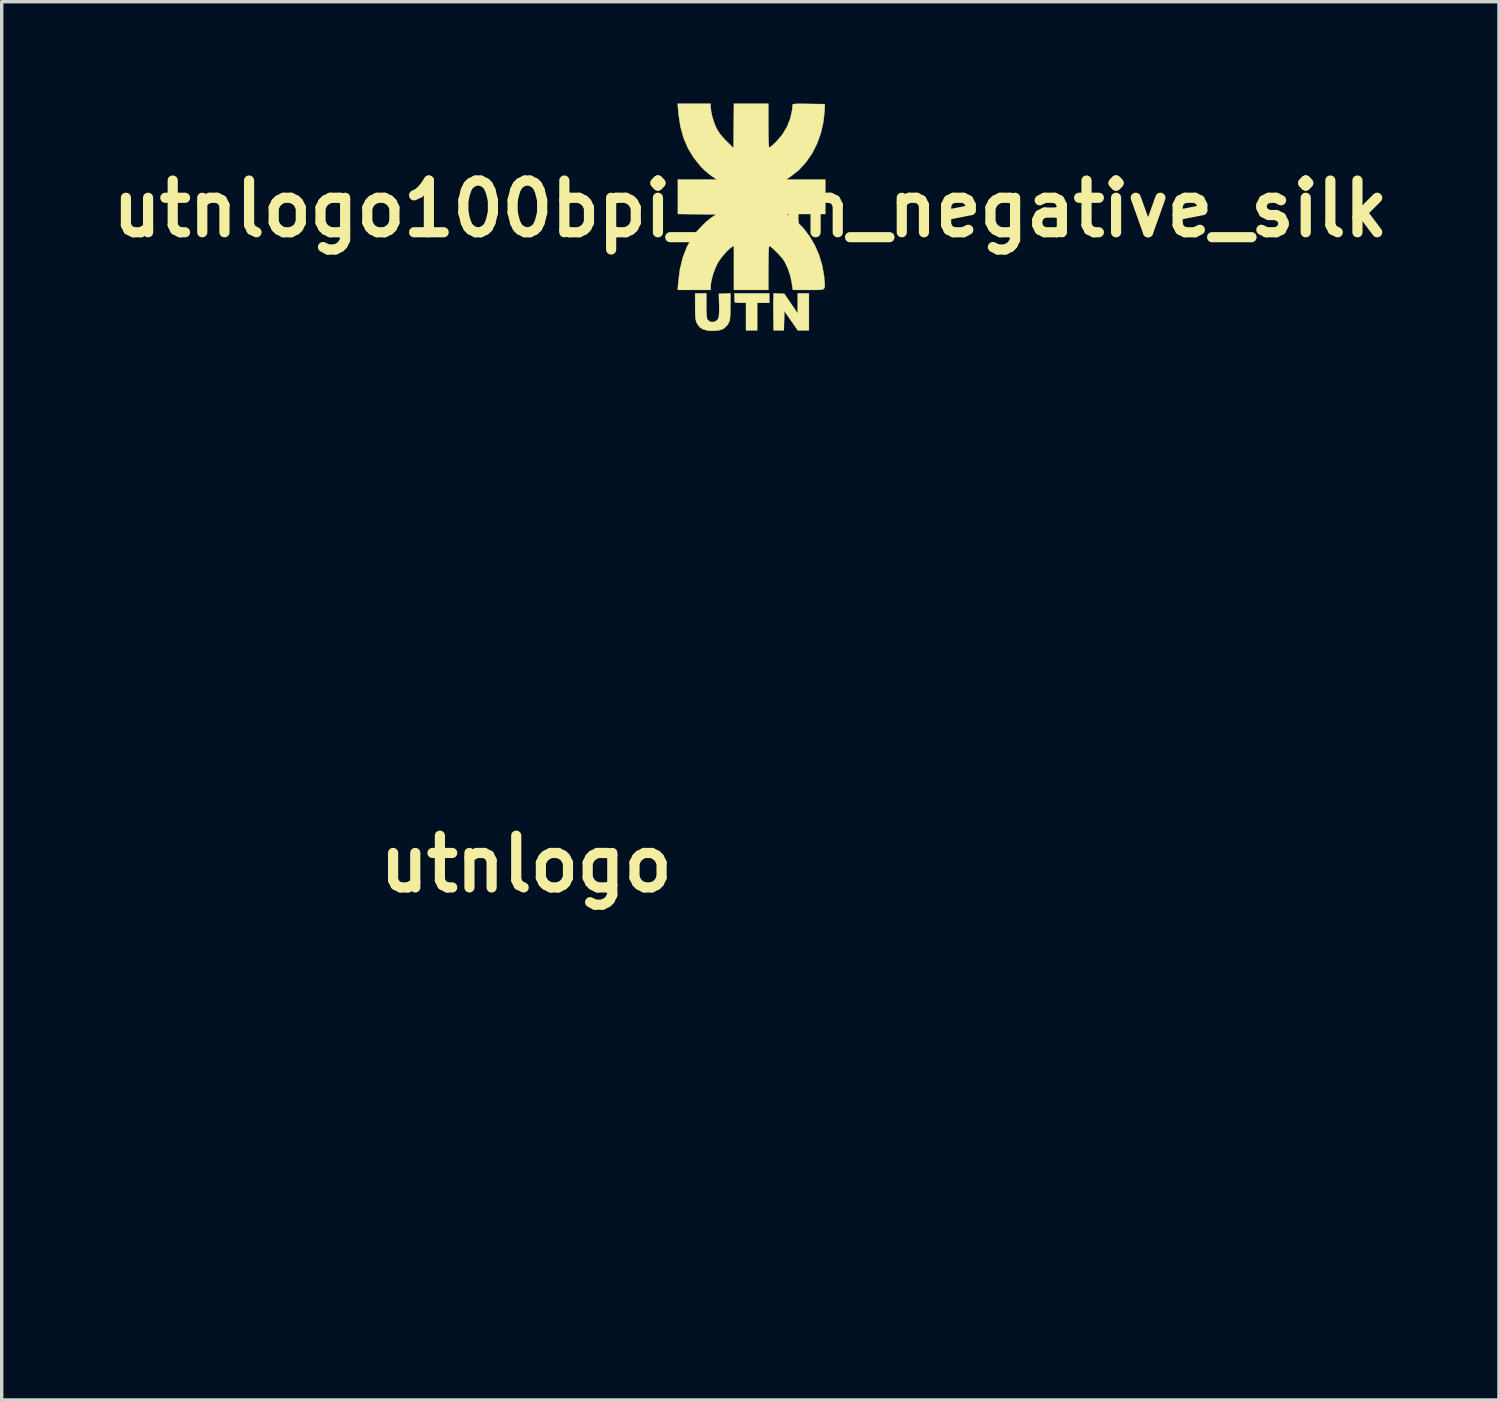
<source format=kicad_pcb>
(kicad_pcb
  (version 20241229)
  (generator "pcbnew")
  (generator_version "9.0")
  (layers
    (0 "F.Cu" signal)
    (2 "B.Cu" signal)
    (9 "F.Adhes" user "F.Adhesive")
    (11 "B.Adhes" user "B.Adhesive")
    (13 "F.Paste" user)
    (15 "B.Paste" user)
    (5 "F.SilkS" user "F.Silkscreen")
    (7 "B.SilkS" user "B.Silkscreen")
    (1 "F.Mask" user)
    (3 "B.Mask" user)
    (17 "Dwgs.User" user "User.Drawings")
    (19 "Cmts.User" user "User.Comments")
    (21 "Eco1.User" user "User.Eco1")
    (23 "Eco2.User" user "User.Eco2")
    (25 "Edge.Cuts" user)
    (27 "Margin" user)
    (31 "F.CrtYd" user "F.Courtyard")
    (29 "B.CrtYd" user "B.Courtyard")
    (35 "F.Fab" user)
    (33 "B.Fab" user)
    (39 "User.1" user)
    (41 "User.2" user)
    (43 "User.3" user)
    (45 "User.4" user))
  (footprint "utnlogo"
    (layer "F.Cu")
    (at 12.451 22.408)
    (property "Reference" "utnlogo" (at 0 0 0) (layer "F.SilkS") (effects (font (size 1.524 1.524) (thickness 0.3))))
    (attr through_hole)
    (fp_poly (pts (xy 12.446 12.785) (xy -12.446 12.785) (xy -12.446 8.297) (xy -5.419 8.297) (xy -5.419 9.583) (xy -5.408 10.22) (xy -5.371 10.713) (xy -5.303 11.087) (xy -5.196 11.366) (xy -5.043 11.575) (xy -4.854 11.728) (xy -4.527 11.869) (xy -4.098 11.955) (xy -3.627 11.982) (xy -3.174 11.949) (xy -2.799 11.852) (xy -2.723 11.817) (xy -2.363 11.549) (xy -2.106 11.193) (xy -2.03 11) (xy -2 10.81) (xy -1.975 10.492) (xy -1.957 10.085) (xy -1.948 9.63) (xy -1.947 9.501) (xy -1.947 8.297) (xy -1.609 8.297) (xy -1.609 9.229) (xy -0.423 9.229) (xy -0.423 11.938) (xy 0.677 11.938) (xy 0.677 10.717) (xy 2.212 10.717) (xy 2.215 11.141) (xy 2.222 11.496) (xy 2.234 11.751) (xy 2.252 11.873) (xy 2.255 11.878) (xy 2.366 11.911) (xy 2.591 11.932) (xy 2.805 11.938) (xy 3.296 11.938) (xy 3.32 10.986) (xy 3.344 10.033) (xy 4.667 11.938) (xy 5.757 11.938) (xy 5.757 8.297) (xy 4.657 8.297) (xy 4.657 10.28) (xy 4 9.31) (xy 3.344 8.34) (xy 2.824 8.315) (xy 2.304 8.29) (xy 2.266 8.696) (xy 2.246 8.98) (xy 2.231 9.357) (xy 2.22 9.793) (xy 2.214 10.257) (xy 2.212 10.717) (xy 0.677 10.717) (xy 0.677 9.229) (xy 1.863 9.229) (xy 1.863 8.297) (xy -1.609 8.297) (xy -1.947 8.297) (xy -1.947 8.29) (xy -3.09 8.34) (xy -3.111 9.483) (xy -3.122 9.921) (xy -3.136 10.31) (xy -3.153 10.612) (xy -3.171 10.791) (xy -3.174 10.808) (xy -3.291 10.977) (xy -3.51 11.091) (xy -3.77 11.125) (xy -3.935 11.092) (xy -4.077 11.019) (xy -4.179 10.905) (xy -4.248 10.726) (xy -4.291 10.456) (xy -4.312 10.071) (xy -4.318 9.544) (xy -4.318 9.488) (xy -4.318 8.297) (xy -5.419 8.297) (xy -12.446 8.297) (xy -12.446 -10.329) (xy -7.136 -10.329) (xy -7.078 -9.546) (xy -6.914 -8.288) (xy -6.617 -7.132) (xy -6.184 -6.069) (xy -5.612 -5.094) (xy -4.898 -4.2) (xy -4.871 -4.17) (xy -4.555 -3.853) (xy -4.205 -3.539) (xy -3.884 -3.283) (xy -3.797 -3.222) (xy -3.283 -2.879) (xy -7.112 -2.879) (xy -7.112 0.508) (xy -3.353 0.508) (xy -3.857 0.88) (xy -4.722 1.618) (xy -5.453 2.458) (xy -6.051 3.401) (xy -6.516 4.448) (xy -6.848 5.6) (xy -7.049 6.857) (xy -7.079 7.195) (xy -7.136 7.959) (xy -3.895 7.959) (xy -3.895 7.634) (xy -3.855 7.236) (xy -3.748 6.748) (xy -3.589 6.223) (xy -3.395 5.717) (xy -3.248 5.407) (xy -3.037 5.063) (xy -2.76 4.689) (xy -2.451 4.325) (xy -2.145 4.011) (xy -1.877 3.786) (xy -1.785 3.729) (xy -1.609 3.635) (xy -1.609 7.959) (xy 1.778 7.959) (xy 1.778 5.8) (xy 1.781 5.118) (xy 1.79 4.55) (xy 1.805 4.109) (xy 1.824 3.807) (xy 1.848 3.656) (xy 1.86 3.641) (xy 1.982 3.701) (xy 2.182 3.864) (xy 2.431 4.098) (xy 2.701 4.375) (xy 2.962 4.665) (xy 3.186 4.938) (xy 3.338 5.154) (xy 3.616 5.7) (xy 3.856 6.337) (xy 4.033 6.988) (xy 4.107 7.429) (xy 4.165 7.959) (xy 5.718 7.959) (xy 6.213 7.955) (xy 6.647 7.946) (xy 6.992 7.932) (xy 7.222 7.915) (xy 7.308 7.895) (xy 7.326 7.764) (xy 7.32 7.503) (xy 7.294 7.147) (xy 7.252 6.735) (xy 7.197 6.301) (xy 7.135 5.884) (xy 7.069 5.518) (xy 7.02 5.301) (xy 6.673 4.274) (xy 6.184 3.287) (xy 5.572 2.367) (xy 4.857 1.543) (xy 4.058 0.841) (xy 3.808 0.661) (xy 3.748 0.614) (xy 3.733 0.579) (xy 3.781 0.553) (xy 3.912 0.535) (xy 4.142 0.524) (xy 4.49 0.517) (xy 4.975 0.514) (xy 5.482 0.512) (xy 7.366 0.508) (xy 7.366 -2.879) (xy 3.516 -2.879) (xy 3.98 -3.189) (xy 4.27 -3.406) (xy 4.607 -3.69) (xy 4.925 -3.987) (xy 4.965 -4.028) (xy 5.71 -4.901) (xy 6.314 -5.868) (xy 6.777 -6.927) (xy 7.097 -8.073) (xy 7.273 -9.304) (xy 7.3 -9.737) (xy 7.324 -10.287) (xy 4.161 -10.333) (xy 4.106 -9.844) (xy 3.924 -8.896) (xy 3.598 -8.037) (xy 3.127 -7.261) (xy 2.573 -6.625) (xy 2.306 -6.369) (xy 2.078 -6.166) (xy 1.919 -6.04) (xy 1.864 -6.011) (xy 1.835 -6.095) (xy 1.811 -6.345) (xy 1.793 -6.756) (xy 1.782 -7.325) (xy 1.778 -8.049) (xy 1.778 -8.17) (xy 1.778 -10.329) (xy -1.606 -10.329) (xy -1.651 -5.969) (xy -2.331 -6.646) (xy -2.743 -7.089) (xy -3.079 -7.516) (xy -3.286 -7.847) (xy -3.473 -8.266) (xy -3.644 -8.754) (xy -3.782 -9.254) (xy -3.87 -9.71) (xy -3.895 -10.004) (xy -3.895 -10.329) (xy -7.136 -10.329) (xy -12.446 -10.329) (xy -12.446 -12.7) (xy 12.446 -12.7) (xy 12.446 12.785)) (stroke (width 0.01) (type solid)) (fill no) (layer "Eco2.User")))
  (footprint "utnlogo100bpi_non_negative_silk"
    (layer "F.Cu")
    (at 19.057 3.104)
    (property "Reference" "utnlogo100bpi_non_negative_silk" (at 0 0 0) (layer "F.SilkS") (effects (font (size 1.524 1.524) (thickness 0.3))))
    (attr through_hole)
    (fp_poly (pts (xy 0.559 2.489) (xy 0.559 2.769) (xy 0.203 2.769) (xy 0.203 3.581) (xy -0.127 3.581) (xy -0.127 2.769) (xy -0.292 2.769) (xy -0.376 2.766) (xy -0.437 2.759) (xy -0.459 2.75) (xy -0.461 2.715) (xy -0.464 2.648) (xy -0.465 2.61) (xy -0.47 2.489) (xy 0.559 2.489)) (stroke (width 0.01) (type solid)) (fill yes) (layer "F.SilkS"))
    (fp_poly (pts (xy 0.845 2.494) (xy 1.001 2.502) (xy 1.199 2.792) (xy 1.397 3.082) (xy 1.397 2.489) (xy 1.727 2.489) (xy 1.727 3.581) (xy 1.4 3.581) (xy 1.003 3.01) (xy 0.989 3.581) (xy 0.688 3.581) (xy 0.681 3.207) (xy 0.678 3.056) (xy 0.678 2.908) (xy 0.678 2.776) (xy 0.68 2.676) (xy 0.681 2.659) (xy 0.688 2.487) (xy 0.845 2.494)) (stroke (width 0.01) (type solid)) (fill yes) (layer "F.SilkS"))
    (fp_poly (pts (xy -0.584 2.85) (xy -0.586 2.989) (xy -0.591 3.116) (xy -0.598 3.22) (xy -0.606 3.289) (xy -0.609 3.3) (xy -0.666 3.414) (xy -0.761 3.51) (xy -0.817 3.545) (xy -0.905 3.574) (xy -1.024 3.591) (xy -1.153 3.594) (xy -1.273 3.582) (xy -1.403 3.545) (xy -1.496 3.482) (xy -1.565 3.384) (xy -1.574 3.368) (xy -1.594 3.32) (xy -1.608 3.268) (xy -1.618 3.201) (xy -1.623 3.111) (xy -1.625 2.986) (xy -1.626 2.875) (xy -1.626 2.489) (xy -1.295 2.489) (xy -1.295 2.846) (xy -1.294 2.986) (xy -1.288 3.107) (xy -1.28 3.198) (xy -1.27 3.25) (xy -1.268 3.254) (xy -1.212 3.312) (xy -1.136 3.336) (xy -1.054 3.327) (xy -0.982 3.285) (xy -0.94 3.226) (xy -0.925 3.156) (xy -0.917 3.039) (xy -0.917 2.875) (xy -0.918 2.827) (xy -0.927 2.502) (xy -0.584 2.487) (xy -0.584 2.85)) (stroke (width 0.01) (type solid)) (fill yes) (layer "F.SilkS"))
    (fp_poly (pts (xy 0.533 -3.099) (xy 0.533 -2.451) (xy 0.534 -2.227) (xy 0.537 -2.049) (xy 0.542 -1.919) (xy 0.549 -1.837) (xy 0.558 -1.804) (xy 0.559 -1.803) (xy 0.587 -1.82) (xy 0.642 -1.866) (xy 0.715 -1.932) (xy 0.772 -1.988) (xy 0.943 -2.189) (xy 1.081 -2.418) (xy 1.179 -2.665) (xy 1.234 -2.919) (xy 1.244 -3.055) (xy 1.247 -3.071) (xy 1.262 -3.082) (xy 1.294 -3.09) (xy 1.351 -3.094) (xy 1.439 -3.096) (xy 1.565 -3.095) (xy 1.721 -3.093) (xy 2.197 -3.086) (xy 2.19 -2.908) (xy 2.154 -2.562) (xy 2.078 -2.229) (xy 1.964 -1.915) (xy 1.816 -1.625) (xy 1.634 -1.365) (xy 1.424 -1.138) (xy 1.194 -0.957) (xy 1.055 -0.864) (xy 1.632 -0.864) (xy 2.21 -0.864) (xy 2.21 0.152) (xy 1.632 0.152) (xy 1.054 0.153) (xy 1.143 0.206) (xy 1.365 0.368) (xy 1.568 0.572) (xy 1.748 0.811) (xy 1.903 1.078) (xy 2.028 1.367) (xy 2.119 1.671) (xy 2.173 1.984) (xy 2.18 2.067) (xy 2.19 2.178) (xy 2.194 2.261) (xy 2.189 2.318) (xy 2.165 2.356) (xy 2.119 2.377) (xy 2.043 2.386) (xy 1.931 2.388) (xy 1.776 2.388) (xy 1.717 2.388) (xy 1.253 2.388) (xy 1.224 2.188) (xy 1.18 1.976) (xy 1.11 1.765) (xy 1.022 1.578) (xy 0.988 1.519) (xy 0.941 1.456) (xy 0.874 1.379) (xy 0.796 1.296) (xy 0.716 1.217) (xy 0.644 1.151) (xy 0.587 1.106) (xy 0.558 1.092) (xy 0.55 1.117) (xy 0.544 1.189) (xy 0.539 1.304) (xy 0.535 1.458) (xy 0.534 1.649) (xy 0.533 1.74) (xy 0.533 2.388) (xy -0.483 2.388) (xy -0.483 1.09) (xy -0.536 1.119) (xy -0.608 1.172) (xy -0.697 1.256) (xy -0.79 1.361) (xy -0.879 1.473) (xy -0.951 1.582) (xy -0.974 1.622) (xy -1.037 1.76) (xy -1.093 1.915) (xy -1.136 2.071) (xy -1.163 2.211) (xy -1.168 2.29) (xy -1.168 2.388) (xy -2.139 2.388) (xy -2.122 2.165) (xy -2.074 1.783) (xy -1.99 1.436) (xy -1.869 1.122) (xy -1.712 0.841) (xy -1.694 0.815) (xy -1.613 0.709) (xy -1.509 0.59) (xy -1.393 0.47) (xy -1.279 0.362) (xy -1.176 0.278) (xy -1.135 0.249) (xy -1.004 0.165) (xy -2.134 0.151) (xy -2.134 -0.864) (xy -0.985 -0.864) (xy -1.138 -0.966) (xy -1.229 -1.035) (xy -1.334 -1.125) (xy -1.432 -1.219) (xy -1.45 -1.238) (xy -1.663 -1.499) (xy -1.835 -1.783) (xy -1.967 -2.092) (xy -2.06 -2.43) (xy -2.116 -2.8) (xy -2.122 -2.871) (xy -2.14 -3.099) (xy -1.168 -3.099) (xy -1.168 -3.001) (xy -1.157 -2.889) (xy -1.128 -2.748) (xy -1.084 -2.597) (xy -1.031 -2.451) (xy -0.989 -2.359) (xy -0.899 -2.216) (xy -0.766 -2.06) (xy -0.701 -1.994) (xy -0.495 -1.791) (xy -0.489 -2.445) (xy -0.482 -3.099) (xy 0.026 -3.099) (xy 0.533 -3.099)) (stroke (width 0.01) (type solid)) (fill yes) (layer "F.SilkS")))
  (gr_rect
    (start -3 -3)
    (end 41.115 38.198)
    (stroke (width 0.1) (type default))
    (fill no)
    (layer "Edge.Cuts")))
</source>
